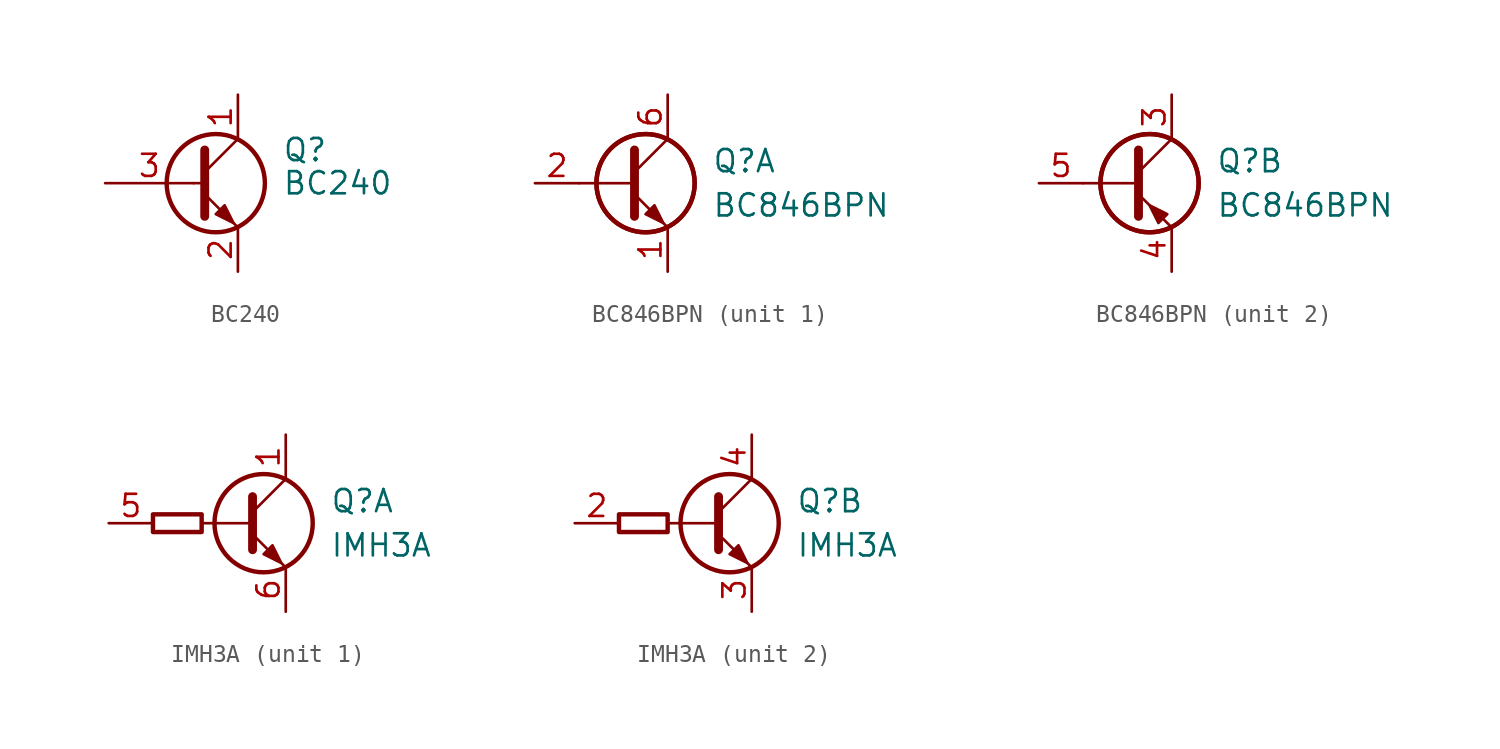
<source format=kicad_sym>
(kicad_symbol_lib
  (version 20211014)
  (generator kicad_symbol_editor)
  (symbol "BC240"
    (pin_names
      (offset 0) hide)
    (property "Reference" "Q"
      (at 5.08 1.905 0)
      (effects (font (size 1.27 1.27)) (justify left)))
    (property "Value" "BC240"
      (at 5.08 0 0)
      (effects (font (size 1.27 1.27)) (justify left)))
    (symbol "BC240_0_1"
      (polyline (pts (xy 0 0) (xy 0.635 0)) (stroke (width 0) (type default) (color 0 0 0 0)) (fill (type none)))
      (polyline (pts (xy 0.635 0.635) (xy 2.54 2.54)) (stroke (width 0) (type default) (color 0 0 0 0)) (fill (type none)))
      (polyline (pts (xy 0.635 -0.635) (xy 2.54 -2.54) (xy 2.54 -2.54)) (stroke (width 0) (type default) (color 0 0 0 0)) (fill (type none)))
      (polyline (pts (xy 0.635 1.905) (xy 0.635 -1.905) (xy 0.635 -1.905)) (stroke (width 0.508) (type default) (color 0 0 0 0)) (fill (type none)))
      (polyline (pts (xy 1.27 -1.778) (xy 1.778 -1.27) (xy 2.286 -2.286) (xy 1.27 -1.778) (xy 1.27 -1.778)) (stroke (width 0) (type default) (color 0 0 0 0)) (fill (type outline)))
      (circle (center 1.27 0) (radius 2.819) (stroke (width 0.254) (type default) (color 0 0 0 0)) (fill (type none))))
    (symbol "BC240_1_1"
      (pin passive line (at 2.54 5.08 270) (length 2.54) (name "C" (effects (font (size 1.27 1.27)))) (number "1" (effects (font (size 1.27 1.27)))))
      (pin passive line (at 2.54 -5.08 90) (length 2.54) (name "E" (effects (font (size 1.27 1.27)))) (number "2" (effects (font (size 1.27 1.27)))))
      (pin input line (at -5.08 0 0) (length 5.08) (name "B" (effects (font (size 1.27 1.27)))) (number "3" (effects (font (size 1.27 1.27)))))))
  (symbol "BC846BPN"
    (pin_names
      (offset 0) hide)
    (property "Reference" "Q"
      (at 5.08 1.27 0)
      (effects (font (size 1.27 1.27)) (justify left)))
    (property "Value" "BC846BPN"
      (at 5.08 -1.27 0)
      (effects (font (size 1.27 1.27)) (justify left)))
    (property "ki_locked" ""
      (at 0 0 0)
      (effects (font (size 1.27 1.27))))
    (symbol "BC846BPN_0_1"
      (polyline (pts (xy 0.635 0) (xy -2.54 0)) (stroke (width 0) (type default) (color 0 0 0 0)) (fill (type none)))
      (circle (center 1.27 0) (radius 2.819) (stroke (width 0.254) (type default) (color 0 0 0 0)) (fill (type none)))
      (circle (center 1.27 0) (radius 2.819) (stroke (width 0.254) (type default) (color 0 0 0 0)) (fill (type none))))
    (symbol "BC846BPN_1_1"
      (polyline (pts (xy 0.635 0.635) (xy 2.54 2.54)) (stroke (width 0) (type default) (color 0 0 0 0)) (fill (type none)))
      (polyline (pts (xy 0.635 -0.635) (xy 2.54 -2.54) (xy 2.54 -2.54)) (stroke (width 0) (type default) (color 0 0 0 0)) (fill (type none)))
      (polyline (pts (xy 0.635 1.905) (xy 0.635 -1.905) (xy 0.635 -1.905)) (stroke (width 0.508) (type default) (color 0 0 0 0)) (fill (type none)))
      (polyline (pts (xy 1.27 -1.778) (xy 1.778 -1.27) (xy 2.286 -2.286) (xy 1.27 -1.778) (xy 1.27 -1.778)) (stroke (width 0) (type default) (color 0 0 0 0)) (fill (type outline)))
      (pin passive line (at 2.54 -5.08 90) (length 2.54) (name "E1" (effects (font (size 1.27 1.27)))) (number "1" (effects (font (size 1.27 1.27)))))
      (pin input line (at -5.08 0 0) (length 2.54) (name "B1" (effects (font (size 1.27 1.27)))) (number "2" (effects (font (size 1.27 1.27)))))
      (pin passive line (at 2.54 5.08 270) (length 2.54) (name "C1" (effects (font (size 1.27 1.27)))) (number "6" (effects (font (size 1.27 1.27))))))
    (symbol "BC846BPN_2_1"
      (polyline (pts (xy 0.635 0.635) (xy 2.54 2.54)) (stroke (width 0) (type default) (color 0 0 0 0)) (fill (type none)))
      (polyline (pts (xy 0.635 -0.635) (xy 2.54 -2.54) (xy 2.54 -2.54)) (stroke (width 0) (type default) (color 0 0 0 0)) (fill (type none)))
      (polyline (pts (xy 0.635 1.905) (xy 0.635 -1.905) (xy 0.635 -1.905)) (stroke (width 0.508) (type default) (color 0 0 0 0)) (fill (type none)))
      (polyline (pts (xy 2.286 -1.778) (xy 1.778 -2.286) (xy 1.27 -1.27) (xy 2.286 -1.778) (xy 2.286 -1.778)) (stroke (width 0) (type default) (color 0 0 0 0)) (fill (type outline)))
      (pin passive line (at 2.54 5.08 270) (length 2.54) (name "C2" (effects (font (size 1.27 1.27)))) (number "3" (effects (font (size 1.27 1.27)))))
      (pin passive line (at 2.54 -5.08 90) (length 2.54) (name "E2" (effects (font (size 1.27 1.27)))) (number "4" (effects (font (size 1.27 1.27)))))
      (pin input line (at -5.08 0 0) (length 2.54) (name "B2" (effects (font (size 1.27 1.27)))) (number "5" (effects (font (size 1.27 1.27)))))))
  (symbol "IMH3A"
    (pin_names hide)
    (property "Reference" "Q"
      (at 7.62 1.27 0)
      (effects (font (size 1.27 1.27)) (justify left)))
    (property "Value" "IMH3A"
      (at 7.62 -1.27 0)
      (effects (font (size 1.27 1.27)) (justify left)))
    (symbol "IMH3A_0_1"
      (polyline (pts (xy 3.175 0) (xy 0.254 0)) (stroke (width 0) (type default) (color 0 0 0 0)) (fill (type none)))
      (polyline (pts (xy 3.175 0.635) (xy 5.08 2.54)) (stroke (width 0) (type default) (color 0 0 0 0)) (fill (type none)))
      (polyline (pts (xy 3.175 1.524) (xy 3.175 -1.524)) (stroke (width 0.508) (type default) (color 0 0 0 0)) (fill (type none)))
      (polyline (pts (xy 3.175 -0.635) (xy 5.08 -2.54) (xy 5.08 -2.54)) (stroke (width 0) (type default) (color 0 0 0 0)) (fill (type none)))
      (polyline (pts (xy 3.81 -1.778) (xy 4.318 -1.27) (xy 4.826 -2.286) (xy 3.81 -1.778) (xy 3.81 -1.778)) (stroke (width 0) (type default) (color 0 0 0 0)) (fill (type outline)))
      (rectangle (start 0.254 0.508) (end -2.54 -0.508) (stroke (width 0.254) (type default) (color 0 0 0 0)) (fill (type none)))
      (circle (center 3.81 0) (radius 2.819) (stroke (width 0.254) (type default) (color 0 0 0 0)) (fill (type none))))
    (symbol "IMH3A_1_1"
      (pin passive line (at 5.08 5.08 270) (length 2.54) (name "C1" (effects (font (size 1.27 1.27)))) (number "1" (effects (font (size 1.27 1.27)))))
      (pin input line (at -5.08 0 0) (length 2.54) (name "B1" (effects (font (size 1.27 1.27)))) (number "5" (effects (font (size 1.27 1.27)))))
      (pin passive line (at 5.08 -5.08 90) (length 2.54) (name "E1" (effects (font (size 1.27 1.27)))) (number "6" (effects (font (size 1.27 1.27))))))
    (symbol "IMH3A_2_1"
      (pin input line (at -5.08 0 0) (length 2.54) (name "B2" (effects (font (size 1.27 1.27)))) (number "2" (effects (font (size 1.27 1.27)))))
      (pin passive line (at 5.08 -5.08 90) (length 2.54) (name "E2" (effects (font (size 1.27 1.27)))) (number "3" (effects (font (size 1.27 1.27)))))
      (pin passive line (at 5.08 5.08 270) (length 2.54) (name "C2" (effects (font (size 1.27 1.27)))) (number "4" (effects (font (size 1.27 1.27))))))))
</source>
